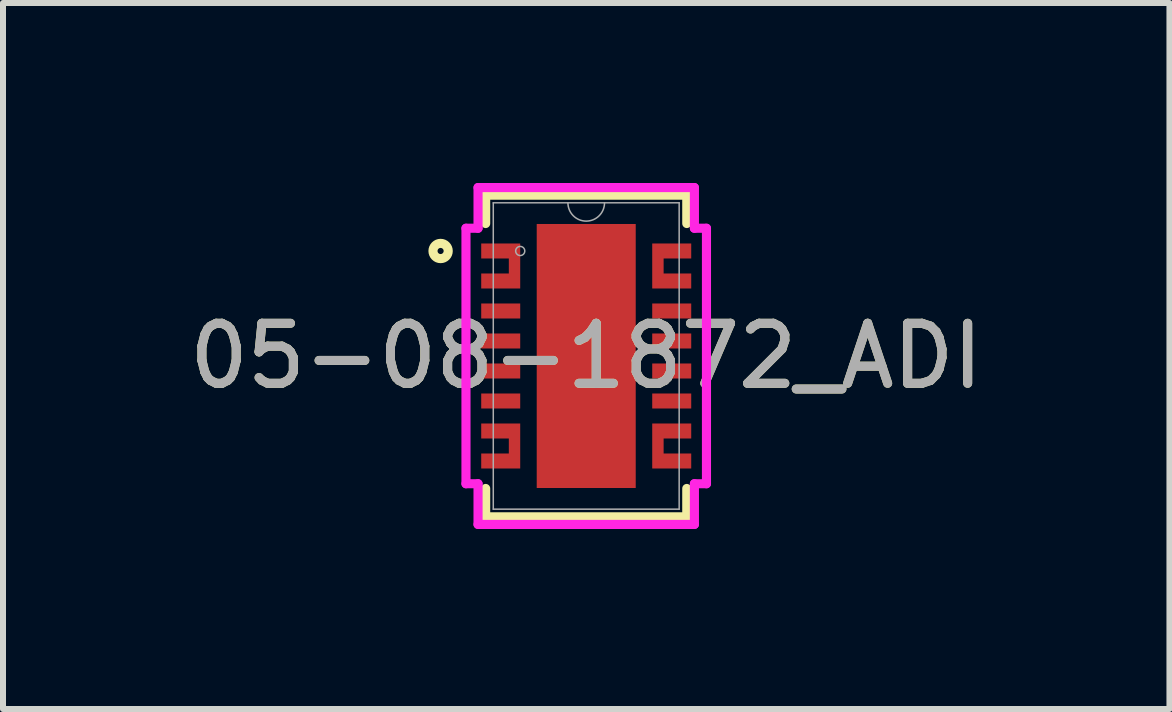
<source format=kicad_pcb>
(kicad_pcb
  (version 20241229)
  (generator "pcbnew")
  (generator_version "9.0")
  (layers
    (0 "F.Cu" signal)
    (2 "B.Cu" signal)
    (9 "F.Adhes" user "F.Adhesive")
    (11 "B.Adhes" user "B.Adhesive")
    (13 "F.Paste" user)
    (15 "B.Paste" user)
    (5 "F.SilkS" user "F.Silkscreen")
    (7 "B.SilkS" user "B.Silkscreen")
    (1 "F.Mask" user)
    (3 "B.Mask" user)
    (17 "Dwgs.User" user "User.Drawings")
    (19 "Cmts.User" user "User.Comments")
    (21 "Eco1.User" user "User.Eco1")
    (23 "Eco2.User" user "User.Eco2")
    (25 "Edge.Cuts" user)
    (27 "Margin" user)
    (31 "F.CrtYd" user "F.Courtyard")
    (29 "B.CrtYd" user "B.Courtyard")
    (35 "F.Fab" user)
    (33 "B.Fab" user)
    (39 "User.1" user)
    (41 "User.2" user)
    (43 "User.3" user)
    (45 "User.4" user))
  (footprint "05-08-1872_ADI"
    (layer "F.Cu")
    (at 6.72 2.883)
    (property "Reference" "05-08-1872_ADI" (at 0 0 0) (unlocked yes) (layer "F.SilkS") (effects (font (size 1 1) (thickness 0.15))))
    (attr smd)
    (fp_poly (pts (xy -1.75 -1.375) (xy -1.75 -1.125) (xy -1.1 -1.125) (xy -1.1 -1.875) (xy -1.75 -1.875) (xy -1.75 -1.625) (xy -1.29 -1.625) (xy -1.29 -1.375)) (stroke (width 0) (type solid)) (fill yes) (layer "F.Cu"))
    (fp_poly (pts (xy -1.75 1.625) (xy -1.75 1.875) (xy -1.1 1.875) (xy -1.1 1.125) (xy -1.75 1.125) (xy -1.75 1.375) (xy -1.29 1.375) (xy -1.29 1.625)) (stroke (width 0) (type solid)) (fill yes) (layer "F.Cu"))
    (fp_poly (pts (xy 1.75 -1.625) (xy 1.75 -1.875) (xy 1.1 -1.875) (xy 1.1 -1.125) (xy 1.75 -1.125) (xy 1.75 -1.375) (xy 1.29 -1.375) (xy 1.29 -1.625)) (stroke (width 0) (type solid)) (fill yes) (layer "F.Cu"))
    (fp_poly (pts (xy 1.75 1.375) (xy 1.75 1.125) (xy 1.1 1.125) (xy 1.1 1.875) (xy 1.75 1.875) (xy 1.75 1.625) (xy 1.29 1.625) (xy 1.29 1.375)) (stroke (width 0) (type solid)) (fill yes) (layer "F.Cu"))
    (fp_poly (pts (xy -1.75 -1.375) (xy -1.75 -1.125) (xy -1.1 -1.125) (xy -1.1 -1.875) (xy -1.75 -1.875) (xy -1.75 -1.625) (xy -1.29 -1.625) (xy -1.29 -1.375)) (stroke (width 0) (type solid)) (fill yes) (layer "F.Mask"))
    (fp_poly (pts (xy -1.75 1.625) (xy -1.75 1.875) (xy -1.1 1.875) (xy -1.1 1.125) (xy -1.75 1.125) (xy -1.75 1.375) (xy -1.29 1.375) (xy -1.29 1.625)) (stroke (width 0) (type solid)) (fill yes) (layer "F.Mask"))
    (fp_poly (pts (xy 1.75 -1.625) (xy 1.75 -1.875) (xy 1.1 -1.875) (xy 1.1 -1.125) (xy 1.75 -1.125) (xy 1.75 -1.375) (xy 1.29 -1.375) (xy 1.29 -1.625)) (stroke (width 0) (type solid)) (fill yes) (layer "F.Mask"))
    (fp_poly (pts (xy 1.75 1.375) (xy 1.75 1.125) (xy 1.1 1.125) (xy 1.1 1.875) (xy 1.75 1.875) (xy 1.75 1.625) (xy 1.29 1.625) (xy 1.29 1.375)) (stroke (width 0) (type solid)) (fill yes) (layer "F.Mask"))
    (fp_line (start -1.676 -2.68) (end -1.676 -2.208) (stroke (width 0.152) (type solid)) (layer "F.SilkS"))
    (fp_line (start -1.676 2.208) (end -1.676 2.68) (stroke (width 0.152) (type solid)) (layer "F.SilkS"))
    (fp_line (start -1.676 2.68) (end 1.676 2.68) (stroke (width 0.152) (type solid)) (layer "F.SilkS"))
    (fp_line (start 1.676 -2.68) (end -1.676 -2.68) (stroke (width 0.152) (type solid)) (layer "F.SilkS"))
    (fp_line (start 1.676 -2.208) (end 1.676 -2.68) (stroke (width 0.152) (type solid)) (layer "F.SilkS"))
    (fp_line (start 1.676 2.68) (end 1.676 2.208) (stroke (width 0.152) (type solid)) (layer "F.SilkS"))
    (fp_circle (center -2.427 -1.75) (end -2.3 -1.75) (stroke (width 0.152) (type solid)) (fill no) (layer "F.SilkS"))
    (fp_poly (pts (xy -0.725 -2.1) (xy -0.725 -0.833) (xy 0.725 -0.833) (xy 0.725 -2.1)) (stroke (width 0) (type solid)) (fill yes) (layer "F.Paste"))
    (fp_poly (pts (xy -0.725 -0.633) (xy -0.725 0.633) (xy 0.725 0.633) (xy 0.725 -0.633)) (stroke (width 0) (type solid)) (fill yes) (layer "F.Paste"))
    (fp_poly (pts (xy -0.725 0.833) (xy -0.725 2.1) (xy 0.725 2.1) (xy 0.725 0.833)) (stroke (width 0) (type solid)) (fill yes) (layer "F.Paste"))
    (fp_poly (pts (xy -1.75 -1.375) (xy -1.75 -1.125) (xy -1.1 -1.125) (xy -1.1 -1.875) (xy -1.75 -1.875) (xy -1.75 -1.625) (xy -1.29 -1.625) (xy -1.29 -1.375)) (stroke (width 0) (type solid)) (fill yes) (layer "F.Paste"))
    (fp_poly (pts (xy -1.75 1.625) (xy -1.75 1.875) (xy -1.1 1.875) (xy -1.1 1.125) (xy -1.75 1.125) (xy -1.75 1.375) (xy -1.29 1.375) (xy -1.29 1.625)) (stroke (width 0) (type solid)) (fill yes) (layer "F.Paste"))
    (fp_poly (pts (xy 1.75 -1.625) (xy 1.75 -1.875) (xy 1.1 -1.875) (xy 1.1 -1.125) (xy 1.75 -1.125) (xy 1.75 -1.375) (xy 1.29 -1.375) (xy 1.29 -1.625)) (stroke (width 0) (type solid)) (fill yes) (layer "F.Paste"))
    (fp_poly (pts (xy 1.75 1.375) (xy 1.75 1.125) (xy 1.1 1.125) (xy 1.1 1.875) (xy 1.75 1.875) (xy 1.75 1.625) (xy 1.29 1.625) (xy 1.29 1.375)) (stroke (width 0) (type solid)) (fill yes) (layer "F.Paste"))
    (fp_line (start -2.004 -2.129) (end -1.803 -2.129) (stroke (width 0.152) (type solid)) (layer "F.CrtYd"))
    (fp_line (start -2.004 2.129) (end -2.004 -2.129) (stroke (width 0.152) (type solid)) (layer "F.CrtYd"))
    (fp_line (start -2.004 2.129) (end -1.803 2.129) (stroke (width 0.152) (type solid)) (layer "F.CrtYd"))
    (fp_line (start -1.803 -2.807) (end 1.803 -2.807) (stroke (width 0.152) (type solid)) (layer "F.CrtYd"))
    (fp_line (start -1.803 -2.129) (end -1.803 -2.807) (stroke (width 0.152) (type solid)) (layer "F.CrtYd"))
    (fp_line (start -1.803 2.807) (end -1.803 2.129) (stroke (width 0.152) (type solid)) (layer "F.CrtYd"))
    (fp_line (start 1.803 -2.807) (end 1.803 -2.129) (stroke (width 0.152) (type solid)) (layer "F.CrtYd"))
    (fp_line (start 1.803 2.129) (end 1.803 2.807) (stroke (width 0.152) (type solid)) (layer "F.CrtYd"))
    (fp_line (start 1.803 2.807) (end -1.803 2.807) (stroke (width 0.152) (type solid)) (layer "F.CrtYd"))
    (fp_line (start 2.004 -2.129) (end 1.803 -2.129) (stroke (width 0.152) (type solid)) (layer "F.CrtYd"))
    (fp_line (start 2.004 -2.129) (end 2.004 2.129) (stroke (width 0.152) (type solid)) (layer "F.CrtYd"))
    (fp_line (start 2.004 2.129) (end 1.803 2.129) (stroke (width 0.152) (type solid)) (layer "F.CrtYd"))
    (fp_line (start -1.549 -2.553) (end -1.549 2.553) (stroke (width 0.025) (type solid)) (layer "F.Fab"))
    (fp_line (start -1.549 2.553) (end 1.549 2.553) (stroke (width 0.025) (type solid)) (layer "F.Fab"))
    (fp_line (start 1.549 -2.553) (end -1.549 -2.553) (stroke (width 0.025) (type solid)) (layer "F.Fab"))
    (fp_line (start 1.549 2.553) (end 1.549 -2.553) (stroke (width 0.025) (type solid)) (layer "F.Fab"))
    (fp_arc (start 0.3048 -2.5527) (mid 0 -2.2479) (end -0.3048 -2.5527) (stroke (width 0.0254) (type solid)) (layer "F.Fab"))
    (fp_circle (center -1.1 -1.75) (end -1.024 -1.75) (stroke (width 0.025) (type solid)) (fill no) (layer "F.Fab"))
    (fp_text user "${REFERENCE}" (at 0 0 0) (unlocked yes) (layer "F.Fab") (effects (font (size 1 1) (thickness 0.15))))
    (pad "1" smd rect (at -1.425 -1.75) (size 0.127 0.127) (layers "F.Cu" "F.Mask" "F.Paste"))
    (pad "2" smd rect (at -1.425 -1.25) (size 0.127 0.127) (layers "F.Cu" "F.Mask" "F.Paste"))
    (pad "3" smd rect (at -1.425 -0.75) (size 0.65 0.25) (layers "F.Cu" "F.Mask" "F.Paste"))
    (pad "4" smd rect (at -1.425 -0.25) (size 0.65 0.25) (layers "F.Cu" "F.Mask" "F.Paste"))
    (pad "5" smd rect (at -1.425 0.25) (size 0.65 0.25) (layers "F.Cu" "F.Mask" "F.Paste"))
    (pad "6" smd rect (at -1.425 0.75) (size 0.65 0.25) (layers "F.Cu" "F.Mask" "F.Paste"))
    (pad "7" smd rect (at -1.425 1.25) (size 0.127 0.127) (layers "F.Cu" "F.Mask" "F.Paste"))
    (pad "8" smd rect (at -1.425 1.75) (size 0.127 0.127) (layers "F.Cu" "F.Mask" "F.Paste"))
    (pad "9" smd rect (at 1.425 1.75) (size 0.127 0.127) (layers "F.Cu" "F.Mask" "F.Paste"))
    (pad "10" smd rect (at 1.425 1.25) (size 0.127 0.127) (layers "F.Cu" "F.Mask" "F.Paste"))
    (pad "11" smd rect (at 1.425 0.75) (size 0.65 0.25) (layers "F.Cu" "F.Mask" "F.Paste"))
    (pad "12" smd rect (at 1.425 0.25) (size 0.65 0.25) (layers "F.Cu" "F.Mask" "F.Paste"))
    (pad "13" smd rect (at 1.425 -0.25) (size 0.65 0.25) (layers "F.Cu" "F.Mask" "F.Paste"))
    (pad "14" smd rect (at 1.425 -0.75) (size 0.65 0.25) (layers "F.Cu" "F.Mask" "F.Paste"))
    (pad "15" smd rect (at 1.425 -1.25) (size 0.127 0.127) (layers "F.Cu" "F.Mask" "F.Paste"))
    (pad "16" smd rect (at 1.425 -1.75) (size 0.127 0.127) (layers "F.Cu" "F.Mask" "F.Paste"))
    (pad "17" smd rect (at 0 0) (size 1.65 4.4) (layers "F.Cu" "F.Mask")))
  (gr_rect
    (start -3 -3)
    (end 16.44 8.766)
    (stroke (width 0.1) (type default))
    (fill no)
    (layer "Edge.Cuts")))
</source>
